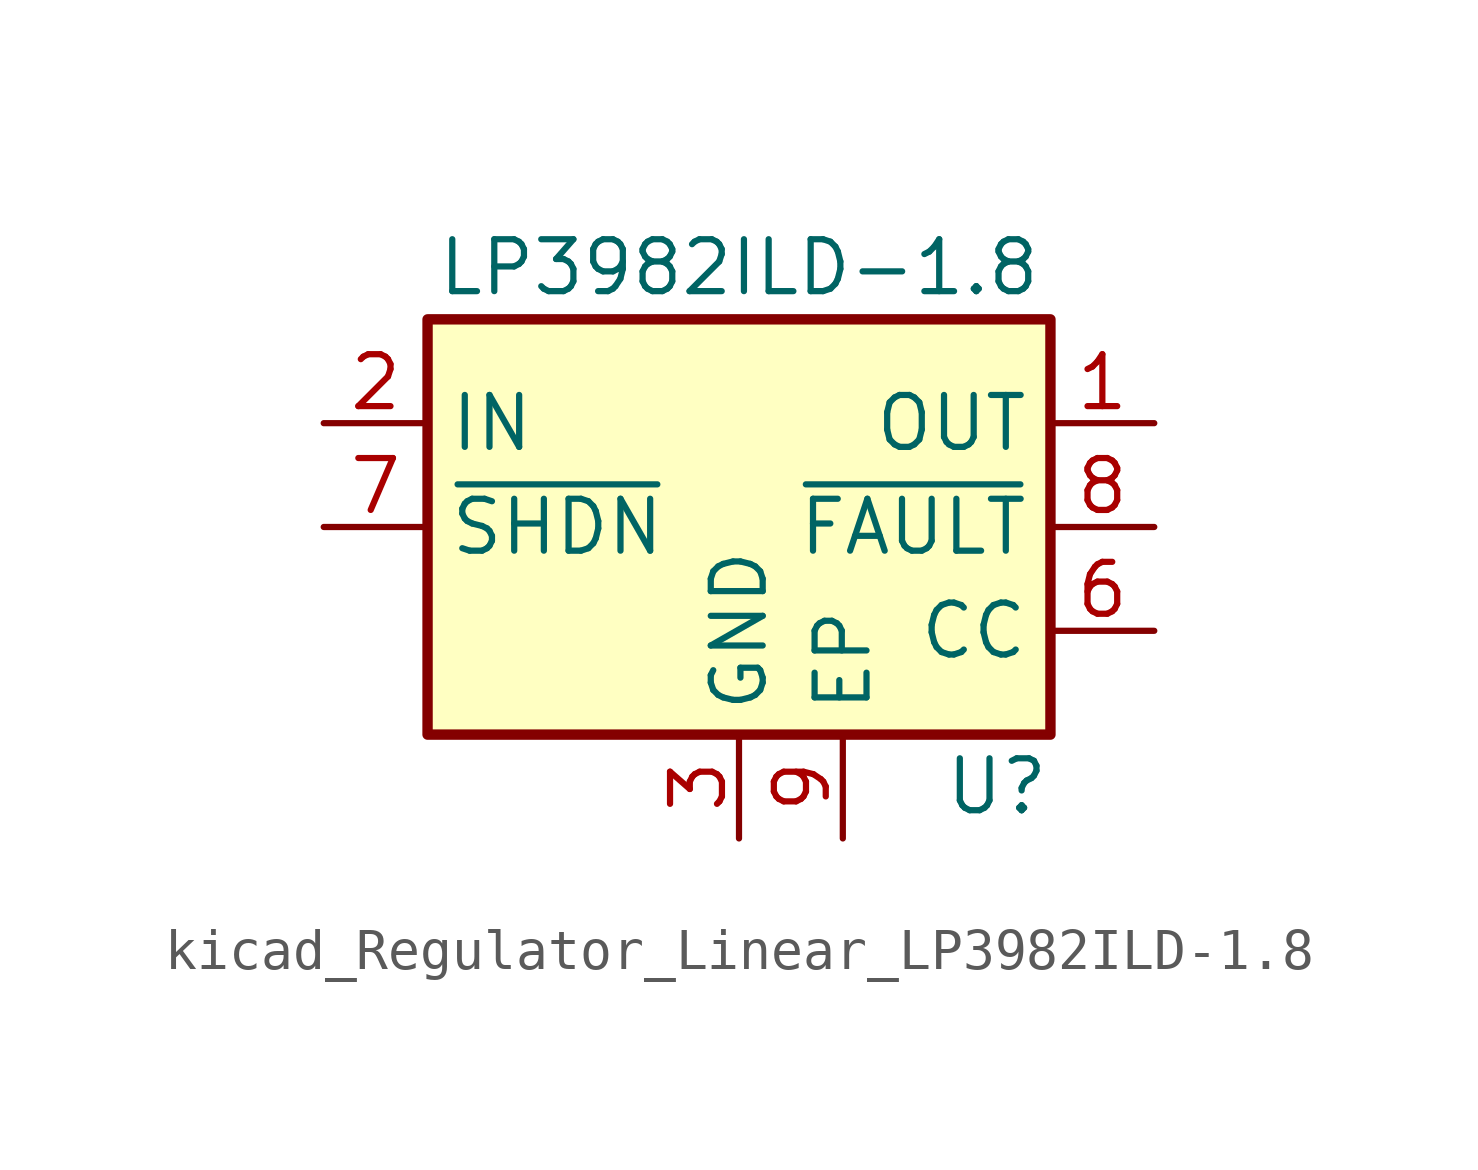
<source format=kicad_sym>
(kicad_symbol_lib
  (version 20220914)
  (generator kicad_symbol_editor)
  (symbol "kicad_Regulator_Linear_LP3982ILD-1.8"
    (property "Reference" "U"
      (at 7.62 -6.35 0)
      (effects (font (size 1.27 1.27)) (justify right)))
    (property "Value" "LP3982ILD-1.8"
      (at 0 6.35 0)
      (effects (font (size 1.27 1.27))))
    (symbol "kicad_Regulator_Linear_LP3982ILD-1.8_0_1"
      (rectangle (start -7.62 5.08) (end 7.62 -5.08) (stroke (width 0.254) (type default)) (fill (type background))))
    (symbol "kicad_Regulator_Linear_LP3982ILD-1.8_1_1"
      (pin power_out line (at 10.16 2.54 180) (length 2.54) (name "OUT" (effects (font (size 1.27 1.27)))) (number "1" (effects (font (size 1.27 1.27)))))
      (pin power_in line (at -10.16 2.54 0) (length 2.54) (name "IN" (effects (font (size 1.27 1.27)))) (number "2" (effects (font (size 1.27 1.27)))))
      (pin power_in line (at 0 -7.62 90) (length 2.54) (name "GND" (effects (font (size 1.27 1.27)))) (number "3" (effects (font (size 1.27 1.27)))))
      (pin passive line (at 10.16 2.54 180) (length 2.54) hide (name "OUT" (effects (font (size 1.27 1.27)))) (number "4" (effects (font (size 1.27 1.27)))))
      (pin no_connect line (at -7.62 -2.54 0) (length 2.54) hide (name "NC" (effects (font (size 1.27 1.27)))) (number "5" (effects (font (size 1.27 1.27)))))
      (pin passive line (at 10.16 -2.54 180) (length 2.54) (name "CC" (effects (font (size 1.27 1.27)))) (number "6" (effects (font (size 1.27 1.27)))))
      (pin input line (at -10.16 0 0) (length 2.54) (name "~{SHDN}" (effects (font (size 1.27 1.27)))) (number "7" (effects (font (size 1.27 1.27)))))
      (pin open_collector line (at 10.16 0 180) (length 2.54) (name "~{FAULT}" (effects (font (size 1.27 1.27)))) (number "8" (effects (font (size 1.27 1.27)))))
      (pin passive line (at 2.54 -7.62 90) (length 2.54) (name "EP" (effects (font (size 1.27 1.27)))) (number "9" (effects (font (size 1.27 1.27))))))))
</source>
